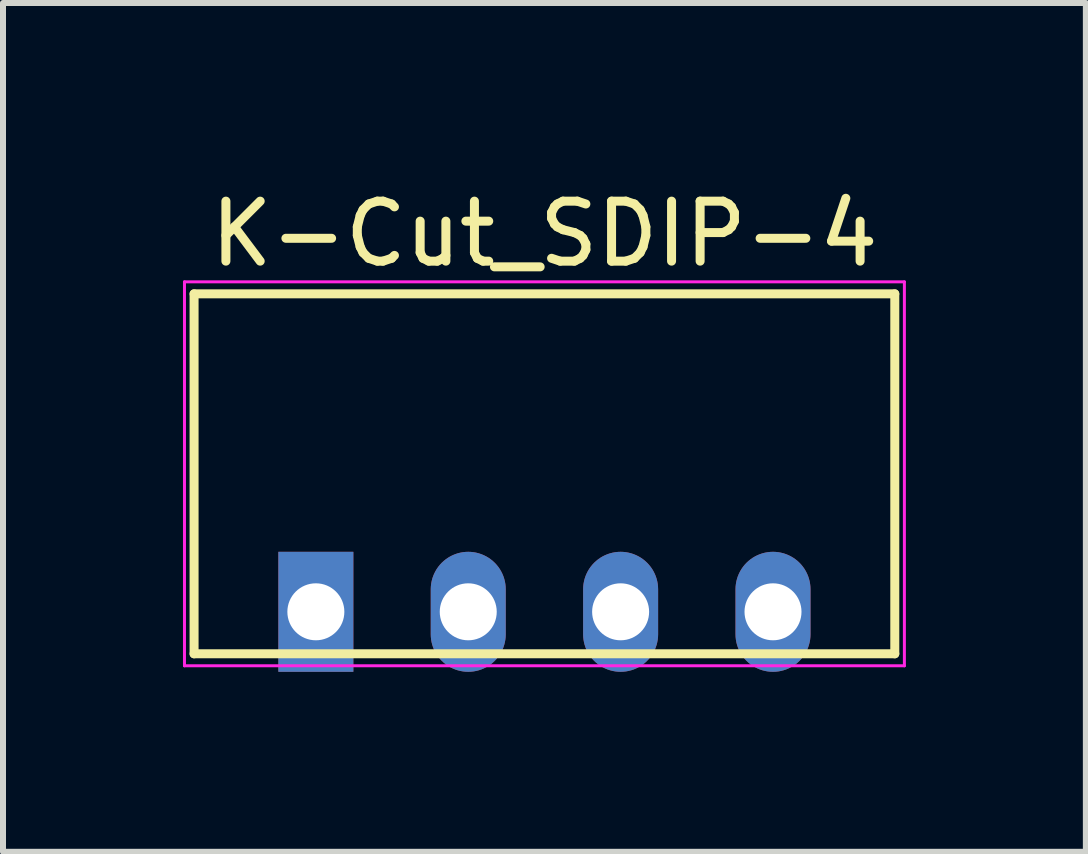
<source format=kicad_pcb>
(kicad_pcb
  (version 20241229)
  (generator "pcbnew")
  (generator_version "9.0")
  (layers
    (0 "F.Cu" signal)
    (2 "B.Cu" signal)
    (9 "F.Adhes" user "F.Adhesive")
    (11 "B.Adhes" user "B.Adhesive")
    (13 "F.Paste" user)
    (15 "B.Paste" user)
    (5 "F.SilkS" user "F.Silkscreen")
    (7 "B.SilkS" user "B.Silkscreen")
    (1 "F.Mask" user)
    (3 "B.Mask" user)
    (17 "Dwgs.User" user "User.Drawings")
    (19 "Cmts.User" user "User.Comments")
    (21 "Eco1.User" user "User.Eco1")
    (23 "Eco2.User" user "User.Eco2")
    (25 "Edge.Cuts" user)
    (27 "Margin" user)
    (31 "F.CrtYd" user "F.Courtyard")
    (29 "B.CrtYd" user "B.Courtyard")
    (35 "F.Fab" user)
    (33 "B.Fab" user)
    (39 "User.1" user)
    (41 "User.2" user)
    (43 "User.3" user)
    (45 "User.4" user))
  (footprint "K-Cut_SDIP-4"
    (layer "F.Cu")
    (at 6.025 7.848)
    (property "Reference" "K-Cut_SDIP-4" (at 0 -7 0) (layer "F.SilkS") (effects (font (size 1 1) (thickness 0.15))))
    (attr through_hole)
    (fp_line (start -5.84 -6) (end 5.84 -6) (stroke (width 0.15) (type solid)) (layer "F.SilkS"))
    (fp_line (start -5.84 0) (end -5.84 -6) (stroke (width 0.15) (type solid)) (layer "F.SilkS"))
    (fp_line (start -5.84 0) (end 5.84 0) (stroke (width 0.15) (type solid)) (layer "F.SilkS"))
    (fp_line (start 5.84 0) (end 5.84 -6) (stroke (width 0.15) (type solid)) (layer "F.SilkS"))
    (fp_line (start -6 -6.2) (end 6 -6.2) (stroke (width 0.05) (type solid)) (layer "F.CrtYd"))
    (fp_line (start -6 0.2) (end -6 -6.2) (stroke (width 0.05) (type solid)) (layer "F.CrtYd"))
    (fp_line (start 6 -6.2) (end 6 0.2) (stroke (width 0.05) (type solid)) (layer "F.CrtYd"))
    (fp_line (start 6 0.2) (end -6 0.2) (stroke (width 0.05) (type solid)) (layer "F.CrtYd"))
    (pad "1" thru_hole rect (at -3.81 -0.7) (size 1.25 2) (drill 0.95) (layers "*.Cu" "*.Mask"))
    (pad "2" thru_hole oval (at -1.27 -0.7) (size 1.25 2) (drill 0.95) (layers "*.Cu" "*.Mask"))
    (pad "3" thru_hole oval (at 1.27 -0.7) (size 1.25 2) (drill 0.95) (layers "*.Cu" "*.Mask"))
    (pad "4" thru_hole oval (at 3.81 -0.7) (size 1.25 2) (drill 0.95) (layers "*.Cu" "*.Mask")))
  (gr_rect
    (start -3 -3)
    (end 15.05 11.148)
    (stroke (width 0.1) (type default))
    (fill no)
    (layer "Edge.Cuts")))
</source>
